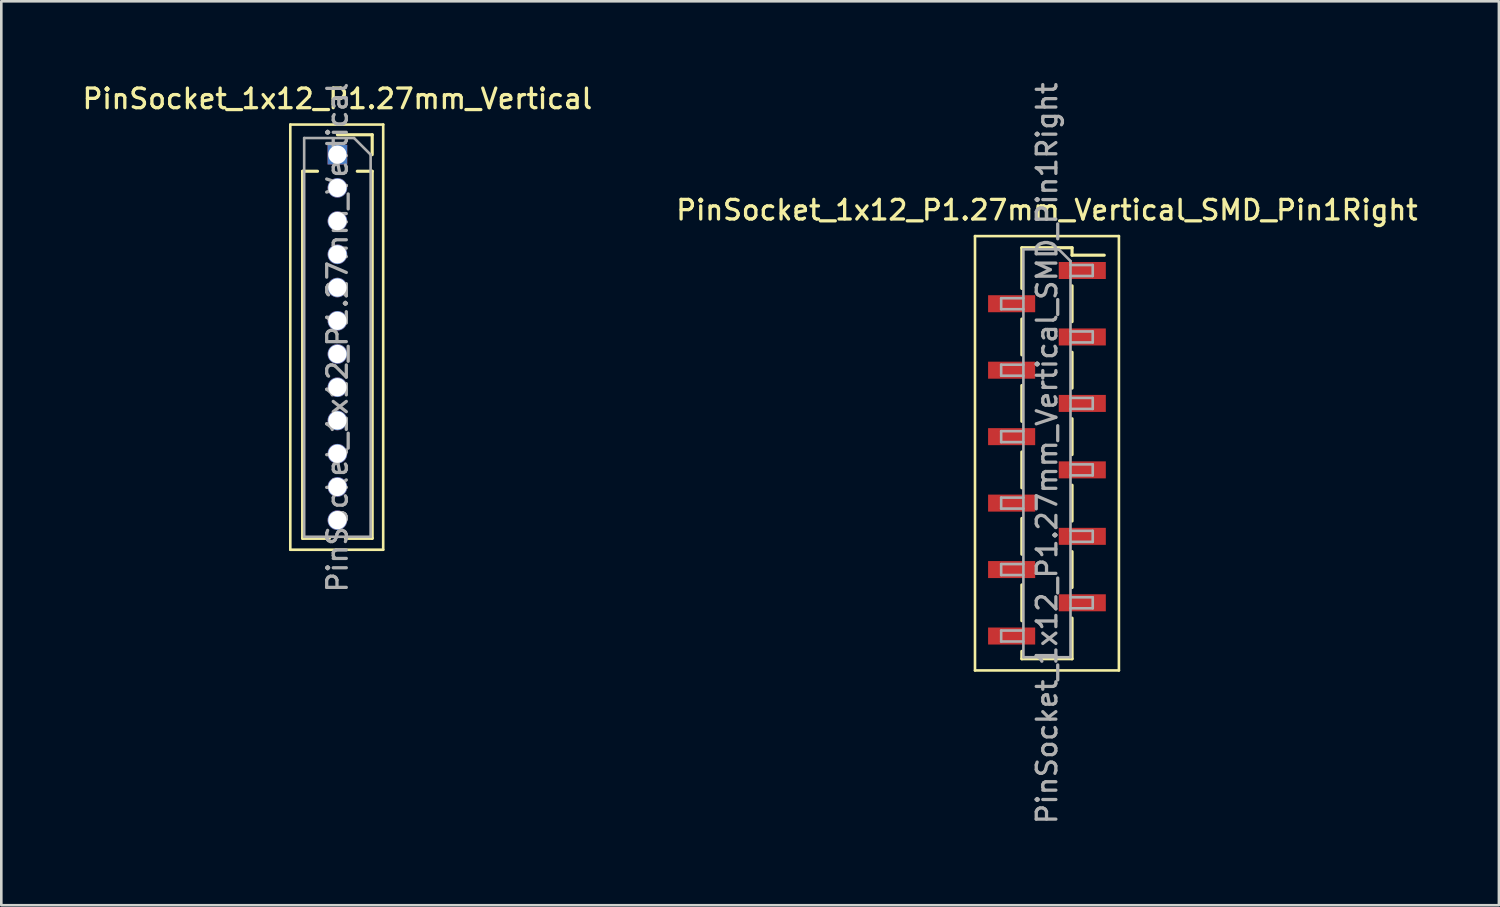
<source format=kicad_pcb>
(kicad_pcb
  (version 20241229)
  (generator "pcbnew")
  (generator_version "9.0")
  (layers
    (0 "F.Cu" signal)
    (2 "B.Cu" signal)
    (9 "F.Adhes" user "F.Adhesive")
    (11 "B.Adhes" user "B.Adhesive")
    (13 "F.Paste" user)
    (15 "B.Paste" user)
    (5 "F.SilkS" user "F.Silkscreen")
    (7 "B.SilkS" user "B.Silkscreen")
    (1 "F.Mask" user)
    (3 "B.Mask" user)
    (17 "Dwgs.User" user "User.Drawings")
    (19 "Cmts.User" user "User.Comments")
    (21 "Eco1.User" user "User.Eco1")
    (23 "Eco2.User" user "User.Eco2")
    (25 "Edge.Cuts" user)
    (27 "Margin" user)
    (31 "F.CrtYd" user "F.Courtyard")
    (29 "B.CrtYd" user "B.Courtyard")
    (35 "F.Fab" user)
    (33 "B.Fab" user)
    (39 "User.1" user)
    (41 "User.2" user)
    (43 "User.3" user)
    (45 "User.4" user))
  (footprint "PinSocket_1x12_P1.27mm_Vertical"
    (layer "F.Cu")
    (at 9.845 2.86)
    (property "Reference" "PinSocket_1x12_P1.27mm_Vertical" (at 0 -2.135 0) (layer "F.SilkS") (effects (font (size 0.75 0.75) (thickness 0.125))))
    (attr through_hole)
    (fp_line (start -1.8 -1.15) (end 1.75 -1.15) (stroke (width 0.1) (type solid)) (layer "F.SilkS"))
    (fp_line (start -1.8 15.1) (end -1.8 -1.15) (stroke (width 0.1) (type solid)) (layer "F.SilkS"))
    (fp_line (start -1.33 0.635) (end -1.33 14.665) (stroke (width 0.12) (type solid)) (layer "F.SilkS"))
    (fp_line (start -1.33 0.635) (end -0.76 0.635) (stroke (width 0.12) (type solid)) (layer "F.SilkS"))
    (fp_line (start -1.33 14.665) (end -0.308 14.665) (stroke (width 0.12) (type solid)) (layer "F.SilkS"))
    (fp_line (start 0 -0.76) (end 1.33 -0.76) (stroke (width 0.12) (type solid)) (layer "F.SilkS"))
    (fp_line (start 0.308 14.665) (end 1.33 14.665) (stroke (width 0.12) (type solid)) (layer "F.SilkS"))
    (fp_line (start 0.76 0.635) (end 1.33 0.635) (stroke (width 0.12) (type solid)) (layer "F.SilkS"))
    (fp_line (start 1.33 -0.76) (end 1.33 0) (stroke (width 0.12) (type solid)) (layer "F.SilkS"))
    (fp_line (start 1.33 0.635) (end 1.33 14.665) (stroke (width 0.12) (type solid)) (layer "F.SilkS"))
    (fp_line (start 1.75 -1.15) (end 1.75 15.1) (stroke (width 0.1) (type solid)) (layer "F.SilkS"))
    (fp_line (start 1.75 15.1) (end -1.8 15.1) (stroke (width 0.1) (type solid)) (layer "F.SilkS"))
    (fp_line (start -1.27 -0.635) (end 0.635 -0.635) (stroke (width 0.1) (type solid)) (layer "F.Fab"))
    (fp_line (start -1.27 14.605) (end -1.27 -0.635) (stroke (width 0.1) (type solid)) (layer "F.Fab"))
    (fp_line (start 0.635 -0.635) (end 1.27 0) (stroke (width 0.1) (type solid)) (layer "F.Fab"))
    (fp_line (start 1.27 0) (end 1.27 14.605) (stroke (width 0.1) (type solid)) (layer "F.Fab"))
    (fp_line (start 1.27 14.605) (end -1.27 14.605) (stroke (width 0.1) (type solid)) (layer "F.Fab"))
    (fp_text user "${REFERENCE}" (at 0 6.985 90) (layer "F.Fab") (effects (font (size 0.75 0.75) (thickness 0.125))))
    (pad "1" thru_hole rect (at 0 0) (size 0.75 0.75) (drill 0.7) (layers "*.Cu" "*.Mask"))
    (pad "2" thru_hole oval (at 0 1.27) (size 0.75 0.75) (drill 0.7) (layers "*.Cu" "*.Mask"))
    (pad "3" thru_hole oval (at 0 2.54) (size 0.75 0.75) (drill 0.7) (layers "*.Cu" "*.Mask"))
    (pad "4" thru_hole oval (at 0 3.81) (size 0.75 0.75) (drill 0.7) (layers "*.Cu" "*.Mask"))
    (pad "5" thru_hole oval (at 0 5.08) (size 0.75 0.75) (drill 0.7) (layers "*.Cu" "*.Mask"))
    (pad "6" thru_hole oval (at 0 6.35) (size 0.75 0.75) (drill 0.7) (layers "*.Cu" "*.Mask"))
    (pad "7" thru_hole oval (at 0 7.62) (size 0.75 0.75) (drill 0.7) (layers "*.Cu" "*.Mask"))
    (pad "8" thru_hole oval (at 0 8.89) (size 0.75 0.75) (drill 0.7) (layers "*.Cu" "*.Mask"))
    (pad "9" thru_hole oval (at 0 10.16) (size 0.75 0.75) (drill 0.7) (layers "*.Cu" "*.Mask"))
    (pad "10" thru_hole oval (at 0 11.43) (size 0.75 0.75) (drill 0.7) (layers "*.Cu" "*.Mask"))
    (pad "11" thru_hole oval (at 0 12.7) (size 0.75 0.75) (drill 0.7) (layers "*.Cu" "*.Mask"))
    (pad "12" thru_hole oval (at 0 13.97) (size 0.75 0.75) (drill 0.7) (layers "*.Cu" "*.Mask")))
  (footprint "PinSocket_1x12_P1.27mm_Vertical_SMD_Pin1Right"
    (layer "F.Cu")
    (at 36.963 14.273)
    (property "Reference" "PinSocket_1x12_P1.27mm_Vertical_SMD_Pin1Right" (at 0 -9.295 0) (layer "F.SilkS") (effects (font (size 0.75 0.75) (thickness 0.125))))
    (attr smd)
    (fp_line (start -2.75 -8.3) (end 2.75 -8.3) (stroke (width 0.1) (type solid)) (layer "F.SilkS"))
    (fp_line (start -2.75 8.3) (end -2.75 -8.3) (stroke (width 0.1) (type solid)) (layer "F.SilkS"))
    (fp_line (start -0.96 -7.855) (end -0.96 -6.3) (stroke (width 0.12) (type solid)) (layer "F.SilkS"))
    (fp_line (start -0.96 -7.855) (end 0.96 -7.855) (stroke (width 0.12) (type solid)) (layer "F.SilkS"))
    (fp_line (start -0.96 -5.13) (end -0.96 -3.76) (stroke (width 0.12) (type solid)) (layer "F.SilkS"))
    (fp_line (start -0.96 -2.59) (end -0.96 -1.22) (stroke (width 0.12) (type solid)) (layer "F.SilkS"))
    (fp_line (start -0.96 -0.05) (end -0.96 1.32) (stroke (width 0.12) (type solid)) (layer "F.SilkS"))
    (fp_line (start -0.96 2.49) (end -0.96 3.86) (stroke (width 0.12) (type solid)) (layer "F.SilkS"))
    (fp_line (start -0.96 5.03) (end -0.96 6.4) (stroke (width 0.12) (type solid)) (layer "F.SilkS"))
    (fp_line (start -0.96 7.57) (end -0.96 7.855) (stroke (width 0.12) (type solid)) (layer "F.SilkS"))
    (fp_line (start -0.96 7.855) (end 0.96 7.855) (stroke (width 0.12) (type solid)) (layer "F.SilkS"))
    (fp_line (start 0.96 -7.855) (end 0.96 -7.57) (stroke (width 0.12) (type solid)) (layer "F.SilkS"))
    (fp_line (start 0.96 -7.57) (end 2.19 -7.57) (stroke (width 0.12) (type solid)) (layer "F.SilkS"))
    (fp_line (start 0.96 -6.4) (end 0.96 -5.03) (stroke (width 0.12) (type solid)) (layer "F.SilkS"))
    (fp_line (start 0.96 -3.86) (end 0.96 -2.49) (stroke (width 0.12) (type solid)) (layer "F.SilkS"))
    (fp_line (start 0.96 -1.32) (end 0.96 0.05) (stroke (width 0.12) (type solid)) (layer "F.SilkS"))
    (fp_line (start 0.96 1.22) (end 0.96 2.59) (stroke (width 0.12) (type solid)) (layer "F.SilkS"))
    (fp_line (start 0.96 3.76) (end 0.96 5.13) (stroke (width 0.12) (type solid)) (layer "F.SilkS"))
    (fp_line (start 0.96 6.3) (end 0.96 7.855) (stroke (width 0.12) (type solid)) (layer "F.SilkS"))
    (fp_line (start 2.75 -8.3) (end 2.75 8.3) (stroke (width 0.1) (type solid)) (layer "F.SilkS"))
    (fp_line (start 2.75 8.3) (end -2.75 8.3) (stroke (width 0.1) (type solid)) (layer "F.SilkS"))
    (fp_line (start -1.75 -5.925) (end -0.9 -5.925) (stroke (width 0.1) (type solid)) (layer "F.Fab"))
    (fp_line (start -1.75 -5.505) (end -1.75 -5.925) (stroke (width 0.1) (type solid)) (layer "F.Fab"))
    (fp_line (start -1.75 -3.385) (end -0.9 -3.385) (stroke (width 0.1) (type solid)) (layer "F.Fab"))
    (fp_line (start -1.75 -2.965) (end -1.75 -3.385) (stroke (width 0.1) (type solid)) (layer "F.Fab"))
    (fp_line (start -1.75 -0.845) (end -0.9 -0.845) (stroke (width 0.1) (type solid)) (layer "F.Fab"))
    (fp_line (start -1.75 -0.425) (end -1.75 -0.845) (stroke (width 0.1) (type solid)) (layer "F.Fab"))
    (fp_line (start -1.75 1.695) (end -0.9 1.695) (stroke (width 0.1) (type solid)) (layer "F.Fab"))
    (fp_line (start -1.75 2.115) (end -1.75 1.695) (stroke (width 0.1) (type solid)) (layer "F.Fab"))
    (fp_line (start -1.75 4.235) (end -0.9 4.235) (stroke (width 0.1) (type solid)) (layer "F.Fab"))
    (fp_line (start -1.75 4.655) (end -1.75 4.235) (stroke (width 0.1) (type solid)) (layer "F.Fab"))
    (fp_line (start -1.75 6.775) (end -0.9 6.775) (stroke (width 0.1) (type solid)) (layer "F.Fab"))
    (fp_line (start -1.75 7.195) (end -1.75 6.775) (stroke (width 0.1) (type solid)) (layer "F.Fab"))
    (fp_line (start -0.9 -7.795) (end 0.45 -7.795) (stroke (width 0.1) (type solid)) (layer "F.Fab"))
    (fp_line (start -0.9 -5.505) (end -1.75 -5.505) (stroke (width 0.1) (type solid)) (layer "F.Fab"))
    (fp_line (start -0.9 -2.965) (end -1.75 -2.965) (stroke (width 0.1) (type solid)) (layer "F.Fab"))
    (fp_line (start -0.9 -0.425) (end -1.75 -0.425) (stroke (width 0.1) (type solid)) (layer "F.Fab"))
    (fp_line (start -0.9 2.115) (end -1.75 2.115) (stroke (width 0.1) (type solid)) (layer "F.Fab"))
    (fp_line (start -0.9 4.655) (end -1.75 4.655) (stroke (width 0.1) (type solid)) (layer "F.Fab"))
    (fp_line (start -0.9 7.195) (end -1.75 7.195) (stroke (width 0.1) (type solid)) (layer "F.Fab"))
    (fp_line (start -0.9 7.795) (end -0.9 -7.795) (stroke (width 0.1) (type solid)) (layer "F.Fab"))
    (fp_line (start 0.45 -7.795) (end 0.9 -7.345) (stroke (width 0.1) (type solid)) (layer "F.Fab"))
    (fp_line (start 0.9 -7.345) (end 0.9 7.795) (stroke (width 0.1) (type solid)) (layer "F.Fab"))
    (fp_line (start 0.9 -7.195) (end 1.75 -7.195) (stroke (width 0.1) (type solid)) (layer "F.Fab"))
    (fp_line (start 0.9 -4.655) (end 1.75 -4.655) (stroke (width 0.1) (type solid)) (layer "F.Fab"))
    (fp_line (start 0.9 -2.115) (end 1.75 -2.115) (stroke (width 0.1) (type solid)) (layer "F.Fab"))
    (fp_line (start 0.9 0.425) (end 1.75 0.425) (stroke (width 0.1) (type solid)) (layer "F.Fab"))
    (fp_line (start 0.9 2.965) (end 1.75 2.965) (stroke (width 0.1) (type solid)) (layer "F.Fab"))
    (fp_line (start 0.9 5.505) (end 1.75 5.505) (stroke (width 0.1) (type solid)) (layer "F.Fab"))
    (fp_line (start 0.9 7.795) (end -0.9 7.795) (stroke (width 0.1) (type solid)) (layer "F.Fab"))
    (fp_line (start 1.75 -7.195) (end 1.75 -6.775) (stroke (width 0.1) (type solid)) (layer "F.Fab"))
    (fp_line (start 1.75 -6.775) (end 0.9 -6.775) (stroke (width 0.1) (type solid)) (layer "F.Fab"))
    (fp_line (start 1.75 -4.655) (end 1.75 -4.235) (stroke (width 0.1) (type solid)) (layer "F.Fab"))
    (fp_line (start 1.75 -4.235) (end 0.9 -4.235) (stroke (width 0.1) (type solid)) (layer "F.Fab"))
    (fp_line (start 1.75 -2.115) (end 1.75 -1.695) (stroke (width 0.1) (type solid)) (layer "F.Fab"))
    (fp_line (start 1.75 -1.695) (end 0.9 -1.695) (stroke (width 0.1) (type solid)) (layer "F.Fab"))
    (fp_line (start 1.75 0.425) (end 1.75 0.845) (stroke (width 0.1) (type solid)) (layer "F.Fab"))
    (fp_line (start 1.75 0.845) (end 0.9 0.845) (stroke (width 0.1) (type solid)) (layer "F.Fab"))
    (fp_line (start 1.75 2.965) (end 1.75 3.385) (stroke (width 0.1) (type solid)) (layer "F.Fab"))
    (fp_line (start 1.75 3.385) (end 0.9 3.385) (stroke (width 0.1) (type solid)) (layer "F.Fab"))
    (fp_line (start 1.75 5.505) (end 1.75 5.925) (stroke (width 0.1) (type solid)) (layer "F.Fab"))
    (fp_line (start 1.75 5.925) (end 0.9 5.925) (stroke (width 0.1) (type solid)) (layer "F.Fab"))
    (fp_text user "${REFERENCE}" (at 0 0 90) (layer "F.Fab") (effects (font (size 0.75 0.75) (thickness 0.125))))
    (pad "1" smd rect (at 1.35 -6.985) (size 1.8 0.65) (layers "F.Cu" "F.Mask" "F.Paste"))
    (pad "2" smd rect (at -1.35 -5.715) (size 1.8 0.65) (layers "F.Cu" "F.Mask" "F.Paste"))
    (pad "3" smd rect (at 1.35 -4.445) (size 1.8 0.65) (layers "F.Cu" "F.Mask" "F.Paste"))
    (pad "4" smd rect (at -1.35 -3.175) (size 1.8 0.65) (layers "F.Cu" "F.Mask" "F.Paste"))
    (pad "5" smd rect (at 1.35 -1.905) (size 1.8 0.65) (layers "F.Cu" "F.Mask" "F.Paste"))
    (pad "6" smd rect (at -1.35 -0.635) (size 1.8 0.65) (layers "F.Cu" "F.Mask" "F.Paste"))
    (pad "7" smd rect (at 1.35 0.635) (size 1.8 0.65) (layers "F.Cu" "F.Mask" "F.Paste"))
    (pad "8" smd rect (at -1.35 1.905) (size 1.8 0.65) (layers "F.Cu" "F.Mask" "F.Paste"))
    (pad "9" smd rect (at 1.35 3.175) (size 1.8 0.65) (layers "F.Cu" "F.Mask" "F.Paste"))
    (pad "10" smd rect (at -1.35 4.445) (size 1.8 0.65) (layers "F.Cu" "F.Mask" "F.Paste"))
    (pad "11" smd rect (at 1.35 5.715) (size 1.8 0.65) (layers "F.Cu" "F.Mask" "F.Paste"))
    (pad "12" smd rect (at -1.35 6.985) (size 1.8 0.65) (layers "F.Cu" "F.Mask" "F.Paste")))
  (gr_rect
    (start -3 -3)
    (end 54.236 31.546)
    (stroke (width 0.1) (type default))
    (fill no)
    (layer "Edge.Cuts")))
</source>
